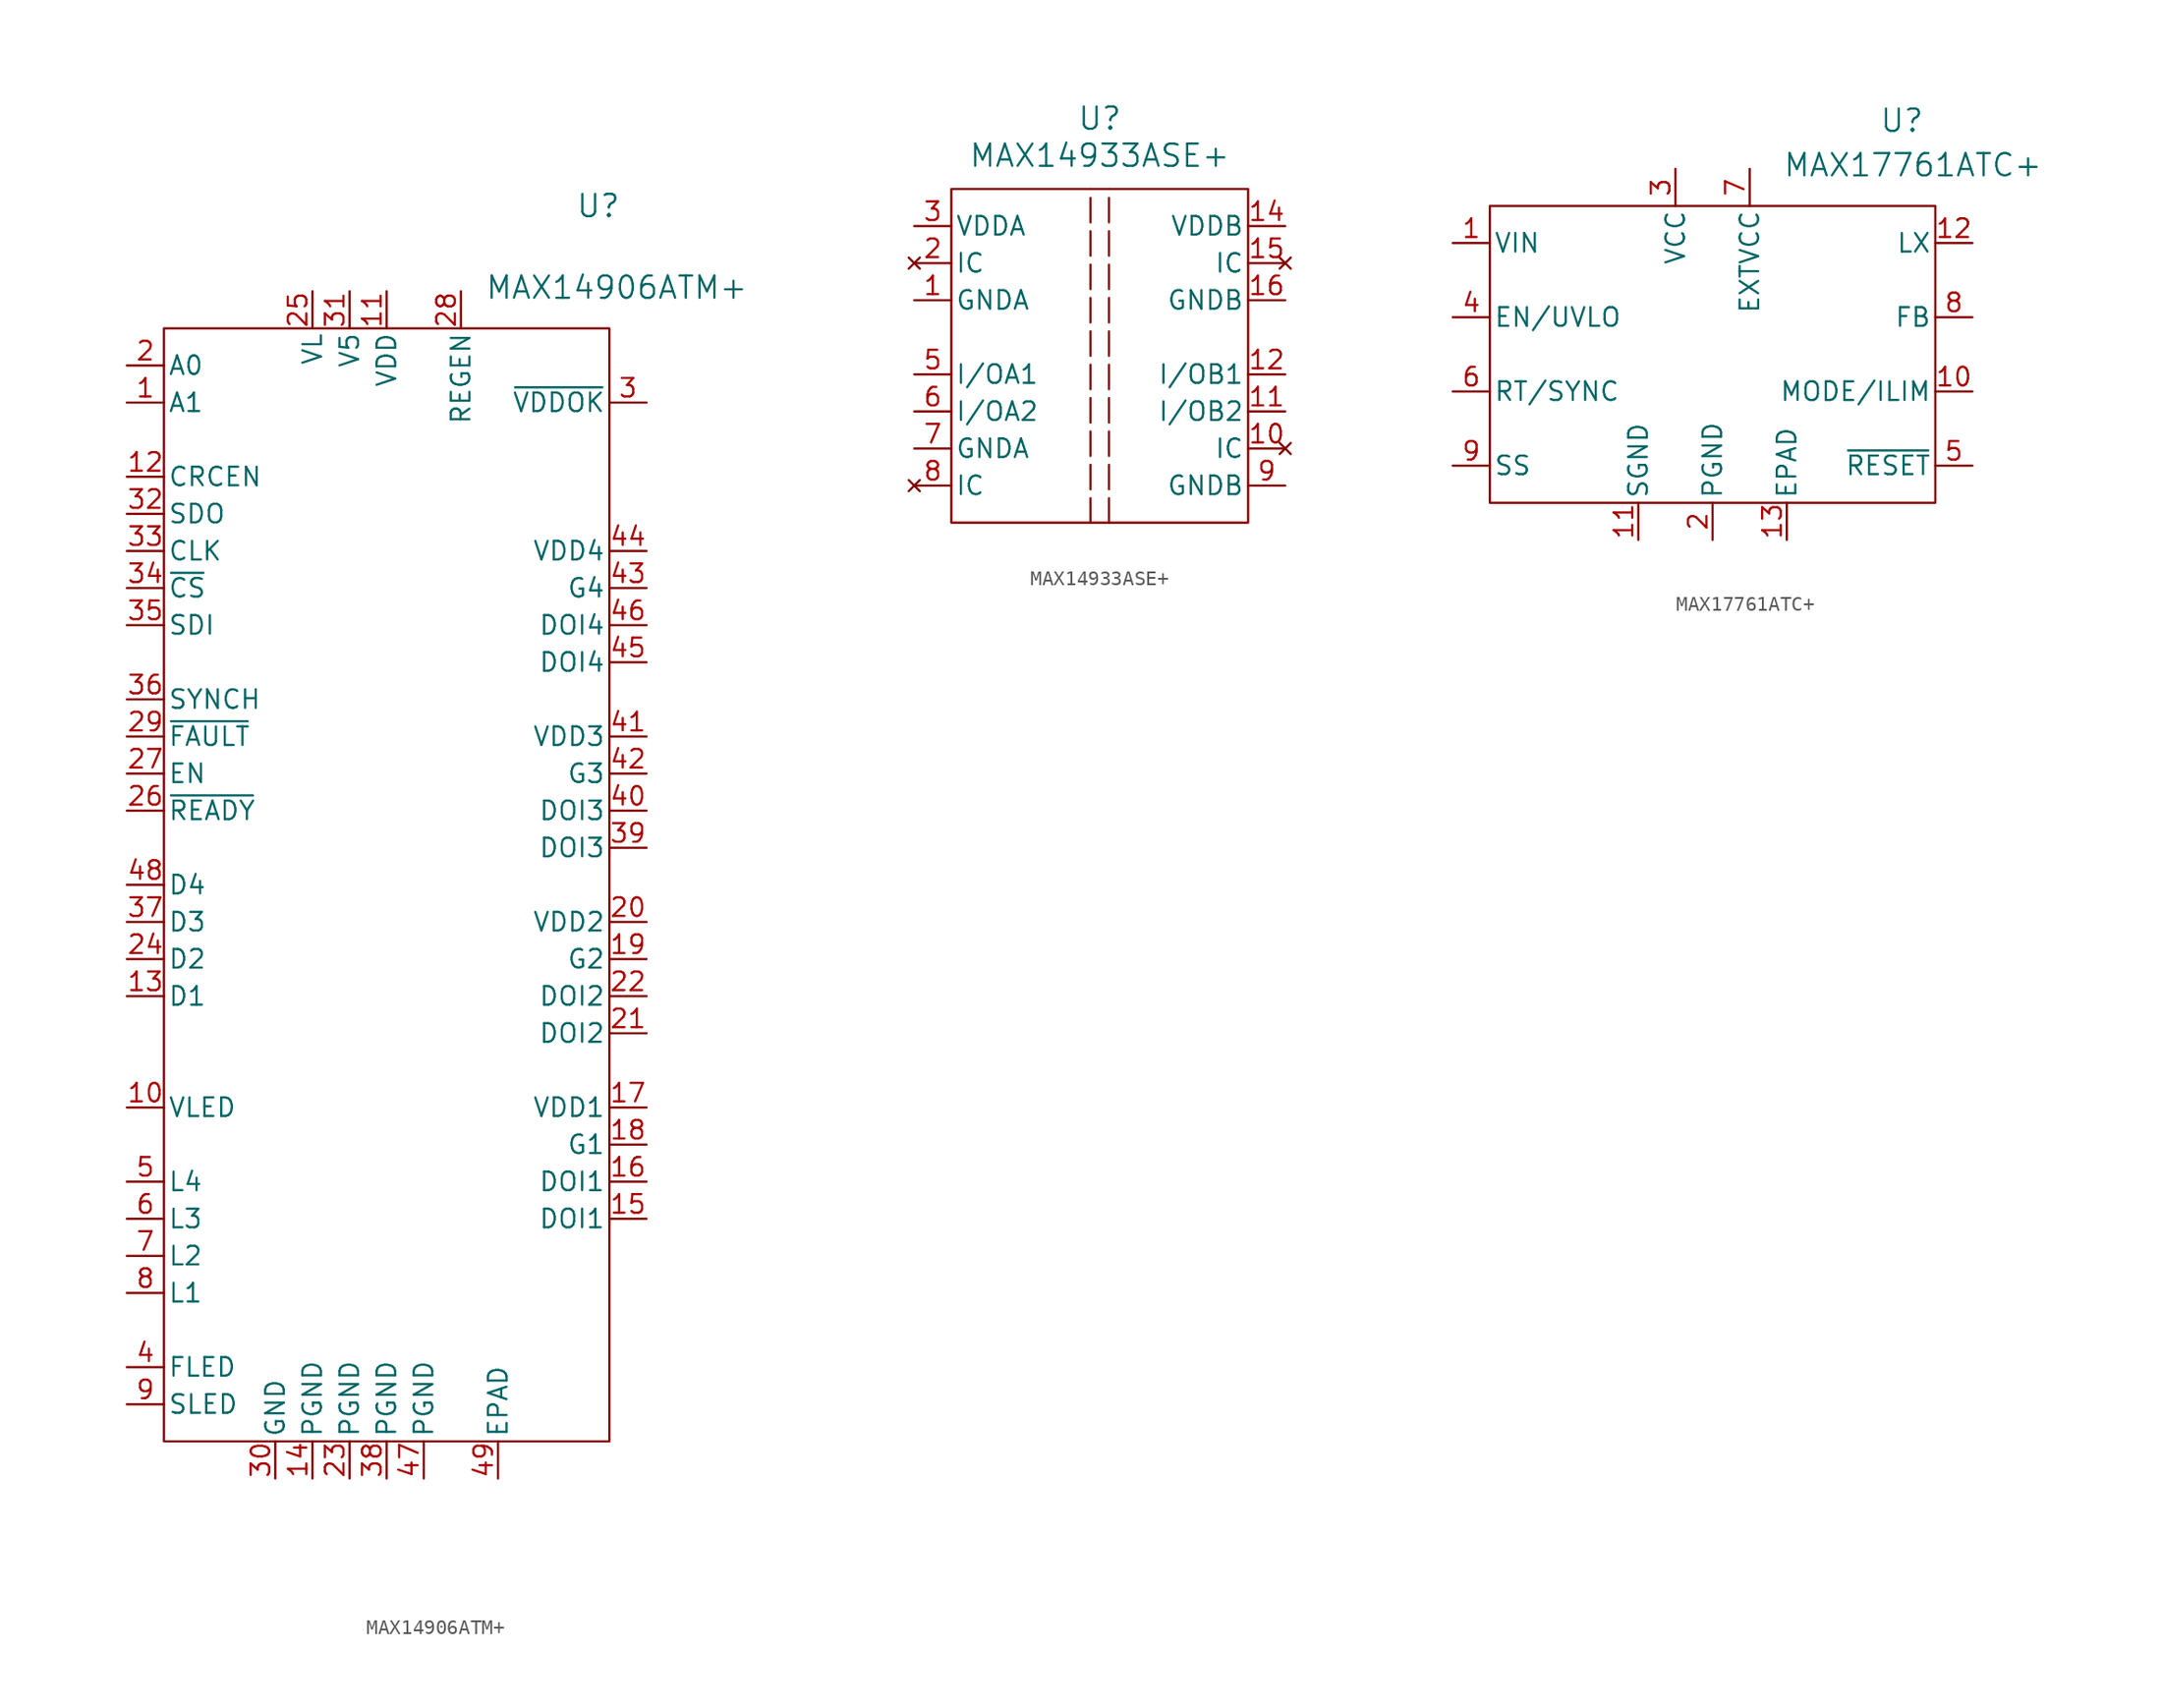
<source format=kicad_sym>
(kicad_symbol_lib
  (version 20231120)
  (generator "kicad_symbol_editor")
  (generator_version "8.0")
  (symbol "MAX14906ATM+"
    (pin_names
      (offset 0.254))
    (property "Reference" "U"
      (at 14.478 46.482 0)
      (effects (font (size 1.524 1.524))))
    (property "Value" "MAX14906ATM+"
      (at 15.748 40.894 0)
      (effects (font (size 1.524 1.524))))
    (symbol "MAX14906ATM+_1_1"
      (rectangle (start -15.24 38.1) (end 15.24 -38.1) (stroke (width 0) (type default)) (fill (type none)))
      (pin unspecified line (at -17.78 33.02 0) (length 2.54) (name "A1" (effects (font (size 1.27 1.27)))) (number "1" (effects (font (size 1.27 1.27)))))
      (pin unspecified line (at -17.78 -15.24 0) (length 2.54) (name "VLED" (effects (font (size 1.27 1.27)))) (number "10" (effects (font (size 1.27 1.27)))))
      (pin power_in line (at 0 40.64 270) (length 2.54) (name "VDD" (effects (font (size 1.27 1.27)))) (number "11" (effects (font (size 1.27 1.27)))))
      (pin unspecified line (at -17.78 27.94 0) (length 2.54) (name "CRCEN" (effects (font (size 1.27 1.27)))) (number "12" (effects (font (size 1.27 1.27)))))
      (pin bidirectional line (at -17.78 -7.62 0) (length 2.54) (name "D1" (effects (font (size 1.27 1.27)))) (number "13" (effects (font (size 1.27 1.27)))))
      (pin power_in line (at -5.08 -40.64 90) (length 2.54) (name "PGND" (effects (font (size 1.27 1.27)))) (number "14" (effects (font (size 1.27 1.27)))))
      (pin bidirectional line (at 17.78 -22.86 180) (length 2.54) (name "DOI1" (effects (font (size 1.27 1.27)))) (number "15" (effects (font (size 1.27 1.27)))))
      (pin bidirectional line (at 17.78 -20.32 180) (length 2.54) (name "DOI1" (effects (font (size 1.27 1.27)))) (number "16" (effects (font (size 1.27 1.27)))))
      (pin power_in line (at 17.78 -15.24 180) (length 2.54) (name "VDD1" (effects (font (size 1.27 1.27)))) (number "17" (effects (font (size 1.27 1.27)))))
      (pin output line (at 17.78 -17.78 180) (length 2.54) (name "G1" (effects (font (size 1.27 1.27)))) (number "18" (effects (font (size 1.27 1.27)))))
      (pin output line (at 17.78 -5.08 180) (length 2.54) (name "G2" (effects (font (size 1.27 1.27)))) (number "19" (effects (font (size 1.27 1.27)))))
      (pin unspecified line (at -17.78 35.56 0) (length 2.54) (name "A0" (effects (font (size 1.27 1.27)))) (number "2" (effects (font (size 1.27 1.27)))))
      (pin power_in line (at 17.78 -2.54 180) (length 2.54) (name "VDD2" (effects (font (size 1.27 1.27)))) (number "20" (effects (font (size 1.27 1.27)))))
      (pin bidirectional line (at 17.78 -10.16 180) (length 2.54) (name "DOI2" (effects (font (size 1.27 1.27)))) (number "21" (effects (font (size 1.27 1.27)))))
      (pin bidirectional line (at 17.78 -7.62 180) (length 2.54) (name "DOI2" (effects (font (size 1.27 1.27)))) (number "22" (effects (font (size 1.27 1.27)))))
      (pin power_in line (at -2.54 -40.64 90) (length 2.54) (name "PGND" (effects (font (size 1.27 1.27)))) (number "23" (effects (font (size 1.27 1.27)))))
      (pin bidirectional line (at -17.78 -5.08 0) (length 2.54) (name "D2" (effects (font (size 1.27 1.27)))) (number "24" (effects (font (size 1.27 1.27)))))
      (pin input line (at -5.08 40.64 270) (length 2.54) (name "VL" (effects (font (size 1.27 1.27)))) (number "25" (effects (font (size 1.27 1.27)))))
      (pin output line (at -17.78 5.08 0) (length 2.54) (name "~{READY}" (effects (font (size 1.27 1.27)))) (number "26" (effects (font (size 1.27 1.27)))))
      (pin unspecified line (at -17.78 7.62 0) (length 2.54) (name "EN" (effects (font (size 1.27 1.27)))) (number "27" (effects (font (size 1.27 1.27)))))
      (pin input line (at 5.08 40.64 270) (length 2.54) (name "REGEN" (effects (font (size 1.27 1.27)))) (number "28" (effects (font (size 1.27 1.27)))))
      (pin output line (at -17.78 10.16 0) (length 2.54) (name "~{FAULT}" (effects (font (size 1.27 1.27)))) (number "29" (effects (font (size 1.27 1.27)))))
      (pin output line (at 17.78 33.02 180) (length 2.54) (name "~{VDDOK}" (effects (font (size 1.27 1.27)))) (number "3" (effects (font (size 1.27 1.27)))))
      (pin power_in line (at -7.62 -40.64 90) (length 2.54) (name "GND" (effects (font (size 1.27 1.27)))) (number "30" (effects (font (size 1.27 1.27)))))
      (pin power_in line (at -2.54 40.64 270) (length 2.54) (name "V5" (effects (font (size 1.27 1.27)))) (number "31" (effects (font (size 1.27 1.27)))))
      (pin output line (at -17.78 25.4 0) (length 2.54) (name "SDO" (effects (font (size 1.27 1.27)))) (number "32" (effects (font (size 1.27 1.27)))))
      (pin input line (at -17.78 22.86 0) (length 2.54) (name "CLK" (effects (font (size 1.27 1.27)))) (number "33" (effects (font (size 1.27 1.27)))))
      (pin input line (at -17.78 20.32 0) (length 2.54) (name "~{CS}" (effects (font (size 1.27 1.27)))) (number "34" (effects (font (size 1.27 1.27)))))
      (pin input line (at -17.78 17.78 0) (length 2.54) (name "SDI" (effects (font (size 1.27 1.27)))) (number "35" (effects (font (size 1.27 1.27)))))
      (pin input line (at -17.78 12.7 0) (length 2.54) (name "SYNCH" (effects (font (size 1.27 1.27)))) (number "36" (effects (font (size 1.27 1.27)))))
      (pin bidirectional line (at -17.78 -2.54 0) (length 2.54) (name "D3" (effects (font (size 1.27 1.27)))) (number "37" (effects (font (size 1.27 1.27)))))
      (pin power_in line (at 0 -40.64 90) (length 2.54) (name "PGND" (effects (font (size 1.27 1.27)))) (number "38" (effects (font (size 1.27 1.27)))))
      (pin bidirectional line (at 17.78 2.54 180) (length 2.54) (name "DOI3" (effects (font (size 1.27 1.27)))) (number "39" (effects (font (size 1.27 1.27)))))
      (pin unspecified line (at -17.78 -33.02 0) (length 2.54) (name "FLED" (effects (font (size 1.27 1.27)))) (number "4" (effects (font (size 1.27 1.27)))))
      (pin bidirectional line (at 17.78 5.08 180) (length 2.54) (name "DOI3" (effects (font (size 1.27 1.27)))) (number "40" (effects (font (size 1.27 1.27)))))
      (pin power_in line (at 17.78 10.16 180) (length 2.54) (name "VDD3" (effects (font (size 1.27 1.27)))) (number "41" (effects (font (size 1.27 1.27)))))
      (pin output line (at 17.78 7.62 180) (length 2.54) (name "G3" (effects (font (size 1.27 1.27)))) (number "42" (effects (font (size 1.27 1.27)))))
      (pin output line (at 17.78 20.32 180) (length 2.54) (name "G4" (effects (font (size 1.27 1.27)))) (number "43" (effects (font (size 1.27 1.27)))))
      (pin power_in line (at 17.78 22.86 180) (length 2.54) (name "VDD4" (effects (font (size 1.27 1.27)))) (number "44" (effects (font (size 1.27 1.27)))))
      (pin bidirectional line (at 17.78 15.24 180) (length 2.54) (name "DOI4" (effects (font (size 1.27 1.27)))) (number "45" (effects (font (size 1.27 1.27)))))
      (pin bidirectional line (at 17.78 17.78 180) (length 2.54) (name "DOI4" (effects (font (size 1.27 1.27)))) (number "46" (effects (font (size 1.27 1.27)))))
      (pin power_in line (at 2.54 -40.64 90) (length 2.54) (name "PGND" (effects (font (size 1.27 1.27)))) (number "47" (effects (font (size 1.27 1.27)))))
      (pin bidirectional line (at -17.78 0 0) (length 2.54) (name "D4" (effects (font (size 1.27 1.27)))) (number "48" (effects (font (size 1.27 1.27)))))
      (pin power_in line (at 7.62 -40.64 90) (length 2.54) (name "EPAD" (effects (font (size 1.27 1.27)))) (number "49" (effects (font (size 1.27 1.27)))))
      (pin unspecified line (at -17.78 -20.32 0) (length 2.54) (name "L4" (effects (font (size 1.27 1.27)))) (number "5" (effects (font (size 1.27 1.27)))))
      (pin unspecified line (at -17.78 -22.86 0) (length 2.54) (name "L3" (effects (font (size 1.27 1.27)))) (number "6" (effects (font (size 1.27 1.27)))))
      (pin unspecified line (at -17.78 -25.4 0) (length 2.54) (name "L2" (effects (font (size 1.27 1.27)))) (number "7" (effects (font (size 1.27 1.27)))))
      (pin unspecified line (at -17.78 -27.94 0) (length 2.54) (name "L1" (effects (font (size 1.27 1.27)))) (number "8" (effects (font (size 1.27 1.27)))))
      (pin unspecified line (at -17.78 -35.56 0) (length 2.54) (name "SLED" (effects (font (size 1.27 1.27)))) (number "9" (effects (font (size 1.27 1.27)))))))
  (symbol "MAX14933ASE+"
    (pin_names
      (offset 0.254))
    (property "Reference" "U"
      (at 0 16.256 0)
      (effects (font (size 1.524 1.524))))
    (property "Value" "MAX14933ASE+"
      (at 0 13.716 0)
      (effects (font (size 1.524 1.524))))
    (symbol "MAX14933ASE+_0_1"
      (pin power_in line (at -12.7 3.81 0) (length 2.54) (name "GNDA" (effects (font (size 1.27 1.27)))) (number "1" (effects (font (size 1.27 1.27)))))
      (pin no_connect line (at 12.7 -6.35 180) (length 2.54) (name "IC" (effects (font (size 1.27 1.27)))) (number "10" (effects (font (size 1.27 1.27)))))
      (pin bidirectional line (at 12.7 -3.81 180) (length 2.54) (name "I/OB2" (effects (font (size 1.27 1.27)))) (number "11" (effects (font (size 1.27 1.27)))))
      (pin bidirectional line (at 12.7 -1.27 180) (length 2.54) (name "I/OB1" (effects (font (size 1.27 1.27)))) (number "12" (effects (font (size 1.27 1.27)))))
      (pin power_in line (at 12.7 8.89 180) (length 2.54) (name "VDDB" (effects (font (size 1.27 1.27)))) (number "14" (effects (font (size 1.27 1.27)))))
      (pin no_connect line (at 12.7 6.35 180) (length 2.54) (name "IC" (effects (font (size 1.27 1.27)))) (number "15" (effects (font (size 1.27 1.27)))))
      (pin power_in line (at 12.7 3.81 180) (length 2.54) (name "GNDB" (effects (font (size 1.27 1.27)))) (number "16" (effects (font (size 1.27 1.27)))))
      (pin no_connect line (at -12.7 6.35 0) (length 2.54) (name "IC" (effects (font (size 1.27 1.27)))) (number "2" (effects (font (size 1.27 1.27)))))
      (pin power_in line (at -12.7 8.89 0) (length 2.54) (name "VDDA" (effects (font (size 1.27 1.27)))) (number "3" (effects (font (size 1.27 1.27)))))
      (pin bidirectional line (at -12.7 -1.27 0) (length 2.54) (name "I/OA1" (effects (font (size 1.27 1.27)))) (number "5" (effects (font (size 1.27 1.27)))))
      (pin bidirectional line (at -12.7 -3.81 0) (length 2.54) (name "I/OA2" (effects (font (size 1.27 1.27)))) (number "6" (effects (font (size 1.27 1.27)))))
      (pin power_in line (at -12.7 -6.35 0) (length 2.54) (name "GNDA" (effects (font (size 1.27 1.27)))) (number "7" (effects (font (size 1.27 1.27)))))
      (pin no_connect line (at -12.7 -8.89 0) (length 2.54) (name "IC" (effects (font (size 1.27 1.27)))) (number "8" (effects (font (size 1.27 1.27)))))
      (pin power_in line (at 12.7 -8.89 180) (length 2.54) (name "GNDB" (effects (font (size 1.27 1.27)))) (number "9" (effects (font (size 1.27 1.27))))))
    (symbol "MAX14933ASE+_1_1"
      (rectangle (start -10.16 11.43) (end 10.16 -11.43) (stroke (width 0) (type default)) (fill (type none)))
      (polyline (pts (xy -0.635 -11.43) (xy -0.635 11.43)) (stroke (width 0) (type dash)) (fill (type none)))
      (polyline (pts (xy 0.635 -11.43) (xy 0.635 11.43)) (stroke (width 0) (type dash)) (fill (type none)))
      (pin no_connect line (at 12.7 1.27 180) (length 2.54) hide (name "NC" (effects (font (size 1.27 1.27)))) (number "13" (effects (font (size 1.27 1.27)))))
      (pin no_connect line (at -12.7 1.27 0) (length 2.54) hide (name "NC" (effects (font (size 1.27 1.27)))) (number "4" (effects (font (size 1.27 1.27)))))))
  (symbol "MAX17761ATC+"
    (pin_names
      (offset 0.254))
    (property "Reference" "U"
      (at 12.954 16.002 0)
      (effects (font (size 1.524 1.524))))
    (property "Value" "MAX17761ATC+"
      (at 13.716 12.954 0)
      (effects (font (size 1.524 1.524))))
    (symbol "MAX17761ATC+_0_1"
      (pin unspecified line (at -17.78 7.62 0) (length 2.54) (name "VIN" (effects (font (size 1.27 1.27)))) (number "1" (effects (font (size 1.27 1.27)))))
      (pin unspecified line (at 17.78 -2.54 180) (length 2.54) (name "MODE/ILIM" (effects (font (size 1.27 1.27)))) (number "10" (effects (font (size 1.27 1.27)))))
      (pin power_out line (at -5.08 -12.7 90) (length 2.54) (name "SGND" (effects (font (size 1.27 1.27)))) (number "11" (effects (font (size 1.27 1.27)))))
      (pin unspecified line (at 17.78 7.62 180) (length 2.54) (name "LX" (effects (font (size 1.27 1.27)))) (number "12" (effects (font (size 1.27 1.27)))))
      (pin unspecified line (at 5.08 -12.7 90) (length 2.54) (name "EPAD" (effects (font (size 1.27 1.27)))) (number "13" (effects (font (size 1.27 1.27)))))
      (pin power_out line (at 0 -12.7 90) (length 2.54) (name "PGND" (effects (font (size 1.27 1.27)))) (number "2" (effects (font (size 1.27 1.27)))))
      (pin power_in line (at -2.54 12.7 270) (length 2.54) (name "VCC" (effects (font (size 1.27 1.27)))) (number "3" (effects (font (size 1.27 1.27)))))
      (pin unspecified line (at -17.78 2.54 0) (length 2.54) (name "EN/UVLO" (effects (font (size 1.27 1.27)))) (number "4" (effects (font (size 1.27 1.27)))))
      (pin unspecified line (at -17.78 -2.54 0) (length 2.54) (name "RT/SYNC" (effects (font (size 1.27 1.27)))) (number "6" (effects (font (size 1.27 1.27)))))
      (pin unspecified line (at 2.54 12.7 270) (length 2.54) (name "EXTVCC" (effects (font (size 1.27 1.27)))) (number "7" (effects (font (size 1.27 1.27)))))
      (pin unspecified line (at 17.78 2.54 180) (length 2.54) (name "FB" (effects (font (size 1.27 1.27)))) (number "8" (effects (font (size 1.27 1.27)))))
      (pin unspecified line (at -17.78 -7.62 0) (length 2.54) (name "SS" (effects (font (size 1.27 1.27)))) (number "9" (effects (font (size 1.27 1.27))))))
    (symbol "MAX17761ATC+_1_0"
      (rectangle (start -15.24 10.16) (end 15.24 -10.16) (stroke (width 0) (type default)) (fill (type none))))
    (symbol "MAX17761ATC+_1_1"
      (pin unspecified line (at 17.78 -7.62 180) (length 2.54) (name "~{RESET}" (effects (font (size 1.27 1.27)))) (number "5" (effects (font (size 1.27 1.27))))))))
</source>
